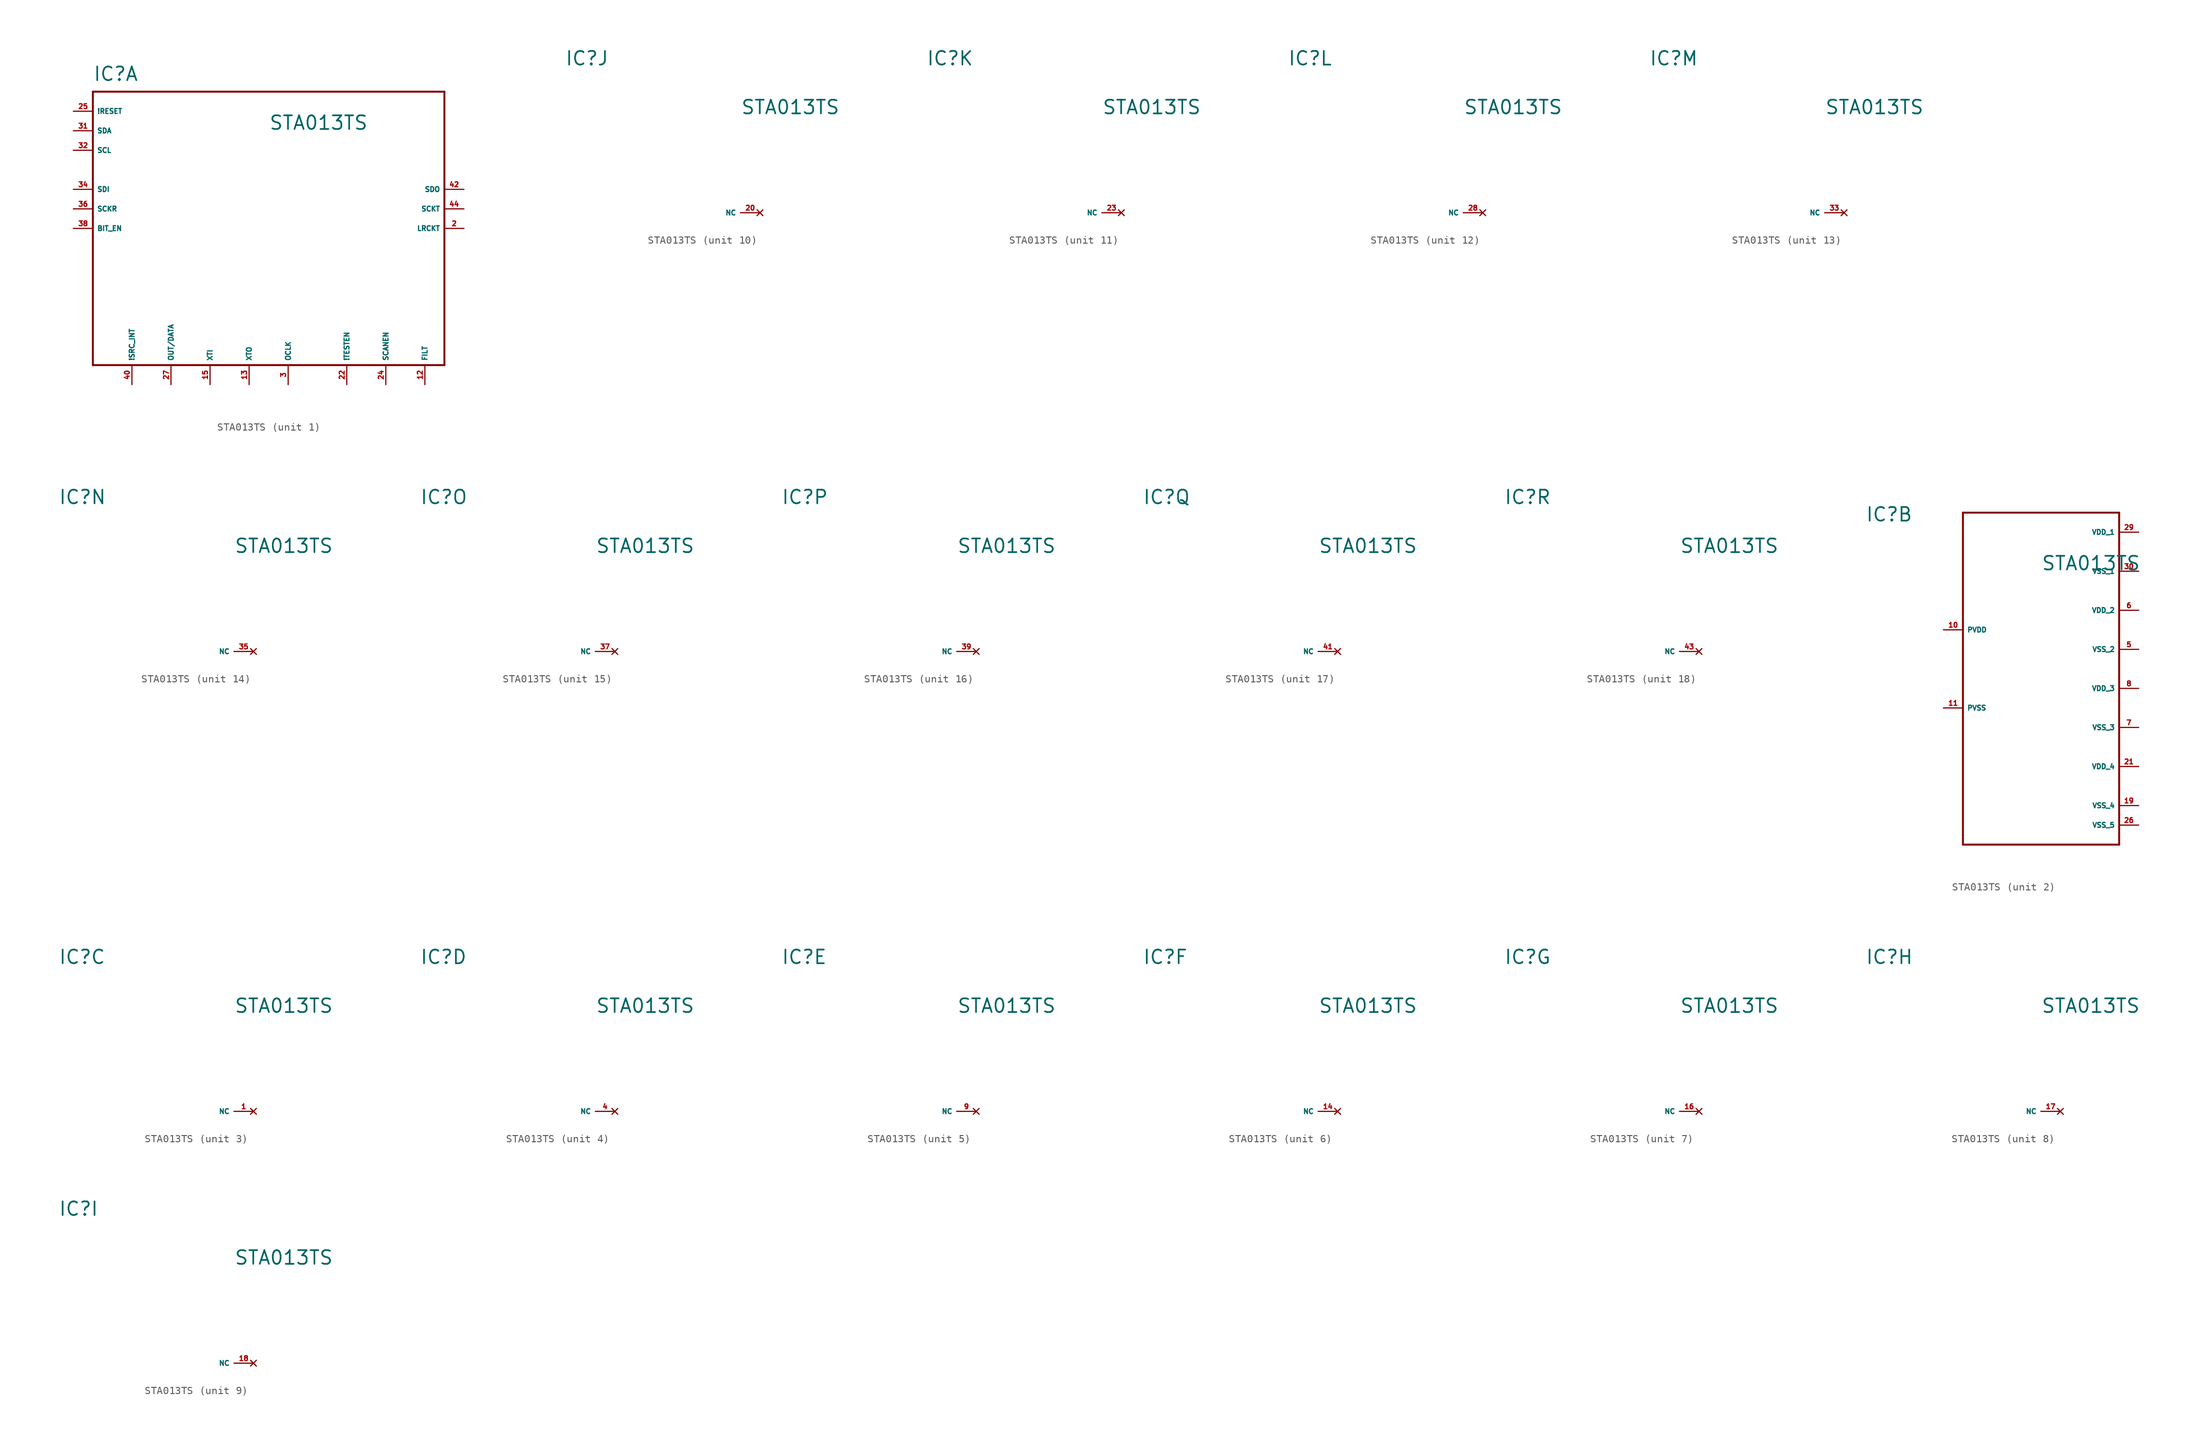
<source format=kicad_sym>
(kicad_symbol_lib
  (version 20220914)
  (generator Eagle2Kicad)
  (symbol "STA013TS"
    (property "Reference" "IC"
      (at -22.86 19.05 0)
      (effects (font (size 1.778 1.778) (thickness 0.22)) (justify left bottom)))
    (property "Value" "STA013TS"
      (at 0 12.7 0)
      (effects (font (size 1.778 1.778) (thickness 0.22)) (justify left bottom)))
    (symbol "STA013TS_1_0"
      (polyline (pts (xy -22.86 17.78) (xy 22.86 17.78)) (stroke (width 0.254) (type default)) (fill (type none)))
      (polyline (pts (xy 22.86 17.78) (xy 22.86 -17.78)) (stroke (width 0.254) (type default)) (fill (type none)))
      (polyline (pts (xy 22.86 -17.78) (xy -22.86 -17.78)) (stroke (width 0.254) (type default)) (fill (type none)))
      (polyline (pts (xy -22.86 -17.78) (xy -22.86 17.78)) (stroke (width 0.254) (type default)) (fill (type none)))
      (pin input line (at -25.4 15.24 0) (length 2.54) (name "!RESET" (effects (font (size 0.635 0.635) (thickness 0.08)) (justify left bottom))) (number "25" (effects (font (size 0.635 0.635) (thickness 0.08)) (justify left bottom))))
      (pin bidirectional line (at -25.4 12.7 0) (length 2.54) (name "SDA" (effects (font (size 0.635 0.635) (thickness 0.08)) (justify left bottom))) (number "31" (effects (font (size 0.635 0.635) (thickness 0.08)) (justify left bottom))))
      (pin input line (at -25.4 10.16 0) (length 2.54) (name "SCL" (effects (font (size 0.635 0.635) (thickness 0.08)) (justify left bottom))) (number "32" (effects (font (size 0.635 0.635) (thickness 0.08)) (justify left bottom))))
      (pin input line (at -25.4 5.08 0) (length 2.54) (name "SDI" (effects (font (size 0.635 0.635) (thickness 0.08)) (justify left bottom))) (number "34" (effects (font (size 0.635 0.635) (thickness 0.08)) (justify left bottom))))
      (pin input line (at -25.4 2.54 0) (length 2.54) (name "SCKR" (effects (font (size 0.635 0.635) (thickness 0.08)) (justify left bottom))) (number "36" (effects (font (size 0.635 0.635) (thickness 0.08)) (justify left bottom))))
      (pin input line (at -25.4 0 0) (length 2.54) (name "BIT_EN" (effects (font (size 0.635 0.635) (thickness 0.08)) (justify left bottom))) (number "38" (effects (font (size 0.635 0.635) (thickness 0.08)) (justify left bottom))))
      (pin input line (at -17.78 -20.32 90) (length 2.54) (name "!SRC_INT" (effects (font (size 0.635 0.635) (thickness 0.08)) (justify left bottom))) (number "40" (effects (font (size 0.635 0.635) (thickness 0.08)) (justify left bottom))))
      (pin output line (at -12.7 -20.32 90) (length 2.54) (name "OUT/DATA" (effects (font (size 0.635 0.635) (thickness 0.08)) (justify left bottom))) (number "27" (effects (font (size 0.635 0.635) (thickness 0.08)) (justify left bottom))))
      (pin input line (at -7.62 -20.32 90) (length 2.54) (name "XTI" (effects (font (size 0.635 0.635) (thickness 0.08)) (justify left bottom))) (number "15" (effects (font (size 0.635 0.635) (thickness 0.08)) (justify left bottom))))
      (pin output line (at -2.54 -20.32 90) (length 2.54) (name "XTO" (effects (font (size 0.635 0.635) (thickness 0.08)) (justify left bottom))) (number "13" (effects (font (size 0.635 0.635) (thickness 0.08)) (justify left bottom))))
      (pin bidirectional line (at 2.54 -20.32 90) (length 2.54) (name "OCLK" (effects (font (size 0.635 0.635) (thickness 0.08)) (justify left bottom))) (number "3" (effects (font (size 0.635 0.635) (thickness 0.08)) (justify left bottom))))
      (pin input line (at 10.16 -20.32 90) (length 2.54) (name "!TESTEN" (effects (font (size 0.635 0.635) (thickness 0.08)) (justify left bottom))) (number "22" (effects (font (size 0.635 0.635) (thickness 0.08)) (justify left bottom))))
      (pin input line (at 15.24 -20.32 90) (length 2.54) (name "SCANEN" (effects (font (size 0.635 0.635) (thickness 0.08)) (justify left bottom))) (number "24" (effects (font (size 0.635 0.635) (thickness 0.08)) (justify left bottom))))
      (pin output line (at 25.4 5.08 180) (length 2.54) (name "SDO" (effects (font (size 0.635 0.635) (thickness 0.08)) (justify left bottom))) (number "42" (effects (font (size 0.635 0.635) (thickness 0.08)) (justify left bottom))))
      (pin output line (at 25.4 2.54 180) (length 2.54) (name "SCKT" (effects (font (size 0.635 0.635) (thickness 0.08)) (justify left bottom))) (number "44" (effects (font (size 0.635 0.635) (thickness 0.08)) (justify left bottom))))
      (pin output line (at 25.4 0 180) (length 2.54) (name "LRCKT" (effects (font (size 0.635 0.635) (thickness 0.08)) (justify left bottom))) (number "2" (effects (font (size 0.635 0.635) (thickness 0.08)) (justify left bottom))))
      (pin output line (at 20.32 -20.32 90) (length 2.54) (name "FILT" (effects (font (size 0.635 0.635) (thickness 0.08)) (justify left bottom))) (number "12" (effects (font (size 0.635 0.635) (thickness 0.08)) (justify left bottom)))))
    (symbol "STA013TS_2_0"
      (polyline (pts (xy -10.16 20.32) (xy 10.16 20.32)) (stroke (width 0.254) (type default)) (fill (type none)))
      (polyline (pts (xy 10.16 20.32) (xy 10.16 -22.86)) (stroke (width 0.254) (type default)) (fill (type none)))
      (polyline (pts (xy 10.16 -22.86) (xy -10.16 -22.86)) (stroke (width 0.254) (type default)) (fill (type none)))
      (polyline (pts (xy -10.16 -22.86) (xy -10.16 20.32)) (stroke (width 0.254) (type default)) (fill (type none)))
      (pin unspecified line (at -12.7 5.08 0) (length 2.54) (name "PVDD" (effects (font (size 0.635 0.635) (thickness 0.08)) (justify left bottom))) (number "10" (effects (font (size 0.635 0.635) (thickness 0.08)) (justify left bottom))))
      (pin unspecified line (at -12.7 -5.08 0) (length 2.54) (name "PVSS" (effects (font (size 0.635 0.635) (thickness 0.08)) (justify left bottom))) (number "11" (effects (font (size 0.635 0.635) (thickness 0.08)) (justify left bottom))))
      (pin unspecified line (at 12.7 17.78 180) (length 2.54) (name "VDD_1" (effects (font (size 0.635 0.635) (thickness 0.08)) (justify left bottom))) (number "29" (effects (font (size 0.635 0.635) (thickness 0.08)) (justify left bottom))))
      (pin unspecified line (at 12.7 7.62 180) (length 2.54) (name "VDD_2" (effects (font (size 0.635 0.635) (thickness 0.08)) (justify left bottom))) (number "6" (effects (font (size 0.635 0.635) (thickness 0.08)) (justify left bottom))))
      (pin unspecified line (at 12.7 -2.54 180) (length 2.54) (name "VDD_3" (effects (font (size 0.635 0.635) (thickness 0.08)) (justify left bottom))) (number "8" (effects (font (size 0.635 0.635) (thickness 0.08)) (justify left bottom))))
      (pin unspecified line (at 12.7 -12.7 180) (length 2.54) (name "VDD_4" (effects (font (size 0.635 0.635) (thickness 0.08)) (justify left bottom))) (number "21" (effects (font (size 0.635 0.635) (thickness 0.08)) (justify left bottom))))
      (pin unspecified line (at 12.7 12.7 180) (length 2.54) (name "VSS_1" (effects (font (size 0.635 0.635) (thickness 0.08)) (justify left bottom))) (number "30" (effects (font (size 0.635 0.635) (thickness 0.08)) (justify left bottom))))
      (pin unspecified line (at 12.7 2.54 180) (length 2.54) (name "VSS_2" (effects (font (size 0.635 0.635) (thickness 0.08)) (justify left bottom))) (number "5" (effects (font (size 0.635 0.635) (thickness 0.08)) (justify left bottom))))
      (pin unspecified line (at 12.7 -7.62 180) (length 2.54) (name "VSS_3" (effects (font (size 0.635 0.635) (thickness 0.08)) (justify left bottom))) (number "7" (effects (font (size 0.635 0.635) (thickness 0.08)) (justify left bottom))))
      (pin unspecified line (at 12.7 -17.78 180) (length 2.54) (name "VSS_4" (effects (font (size 0.635 0.635) (thickness 0.08)) (justify left bottom))) (number "19" (effects (font (size 0.635 0.635) (thickness 0.08)) (justify left bottom))))
      (pin unspecified line (at 12.7 -20.32 180) (length 2.54) (name "VSS_5" (effects (font (size 0.635 0.635) (thickness 0.08)) (justify left bottom))) (number "26" (effects (font (size 0.635 0.635) (thickness 0.08)) (justify left bottom)))))
    (symbol "STA013TS_3_0"
      (pin no_connect line (at 2.54 0 180) (length 2.54) (name "NC" (effects (font (size 0.635 0.635) (thickness 0.08)) (justify left bottom) hide)) (number "1" (effects (font (size 0.635 0.635) (thickness 0.08)) (justify left bottom) hide))))
    (symbol "STA013TS_4_0"
      (pin no_connect line (at 2.54 0 180) (length 2.54) (name "NC" (effects (font (size 0.635 0.635) (thickness 0.08)) (justify left bottom) hide)) (number "4" (effects (font (size 0.635 0.635) (thickness 0.08)) (justify left bottom) hide))))
    (symbol "STA013TS_5_0"
      (pin no_connect line (at 2.54 0 180) (length 2.54) (name "NC" (effects (font (size 0.635 0.635) (thickness 0.08)) (justify left bottom) hide)) (number "9" (effects (font (size 0.635 0.635) (thickness 0.08)) (justify left bottom) hide))))
    (symbol "STA013TS_6_0"
      (pin no_connect line (at 2.54 0 180) (length 2.54) (name "NC" (effects (font (size 0.635 0.635) (thickness 0.08)) (justify left bottom) hide)) (number "14" (effects (font (size 0.635 0.635) (thickness 0.08)) (justify left bottom) hide))))
    (symbol "STA013TS_7_0"
      (pin no_connect line (at 2.54 0 180) (length 2.54) (name "NC" (effects (font (size 0.635 0.635) (thickness 0.08)) (justify left bottom) hide)) (number "16" (effects (font (size 0.635 0.635) (thickness 0.08)) (justify left bottom) hide))))
    (symbol "STA013TS_8_0"
      (pin no_connect line (at 2.54 0 180) (length 2.54) (name "NC" (effects (font (size 0.635 0.635) (thickness 0.08)) (justify left bottom) hide)) (number "17" (effects (font (size 0.635 0.635) (thickness 0.08)) (justify left bottom) hide))))
    (symbol "STA013TS_9_0"
      (pin no_connect line (at 2.54 0 180) (length 2.54) (name "NC" (effects (font (size 0.635 0.635) (thickness 0.08)) (justify left bottom) hide)) (number "18" (effects (font (size 0.635 0.635) (thickness 0.08)) (justify left bottom) hide))))
    (symbol "STA013TS_10_0"
      (pin no_connect line (at 2.54 0 180) (length 2.54) (name "NC" (effects (font (size 0.635 0.635) (thickness 0.08)) (justify left bottom) hide)) (number "20" (effects (font (size 0.635 0.635) (thickness 0.08)) (justify left bottom) hide))))
    (symbol "STA013TS_11_0"
      (pin no_connect line (at 2.54 0 180) (length 2.54) (name "NC" (effects (font (size 0.635 0.635) (thickness 0.08)) (justify left bottom) hide)) (number "23" (effects (font (size 0.635 0.635) (thickness 0.08)) (justify left bottom) hide))))
    (symbol "STA013TS_12_0"
      (pin no_connect line (at 2.54 0 180) (length 2.54) (name "NC" (effects (font (size 0.635 0.635) (thickness 0.08)) (justify left bottom) hide)) (number "28" (effects (font (size 0.635 0.635) (thickness 0.08)) (justify left bottom) hide))))
    (symbol "STA013TS_13_0"
      (pin no_connect line (at 2.54 0 180) (length 2.54) (name "NC" (effects (font (size 0.635 0.635) (thickness 0.08)) (justify left bottom) hide)) (number "33" (effects (font (size 0.635 0.635) (thickness 0.08)) (justify left bottom) hide))))
    (symbol "STA013TS_14_0"
      (pin no_connect line (at 2.54 0 180) (length 2.54) (name "NC" (effects (font (size 0.635 0.635) (thickness 0.08)) (justify left bottom) hide)) (number "35" (effects (font (size 0.635 0.635) (thickness 0.08)) (justify left bottom) hide))))
    (symbol "STA013TS_15_0"
      (pin no_connect line (at 2.54 0 180) (length 2.54) (name "NC" (effects (font (size 0.635 0.635) (thickness 0.08)) (justify left bottom) hide)) (number "37" (effects (font (size 0.635 0.635) (thickness 0.08)) (justify left bottom) hide))))
    (symbol "STA013TS_16_0"
      (pin no_connect line (at 2.54 0 180) (length 2.54) (name "NC" (effects (font (size 0.635 0.635) (thickness 0.08)) (justify left bottom) hide)) (number "39" (effects (font (size 0.635 0.635) (thickness 0.08)) (justify left bottom) hide))))
    (symbol "STA013TS_17_0"
      (pin no_connect line (at 2.54 0 180) (length 2.54) (name "NC" (effects (font (size 0.635 0.635) (thickness 0.08)) (justify left bottom) hide)) (number "41" (effects (font (size 0.635 0.635) (thickness 0.08)) (justify left bottom) hide))))
    (symbol "STA013TS_18_0"
      (pin no_connect line (at 2.54 0 180) (length 2.54) (name "NC" (effects (font (size 0.635 0.635) (thickness 0.08)) (justify left bottom) hide)) (number "43" (effects (font (size 0.635 0.635) (thickness 0.08)) (justify left bottom) hide))))))
</source>
